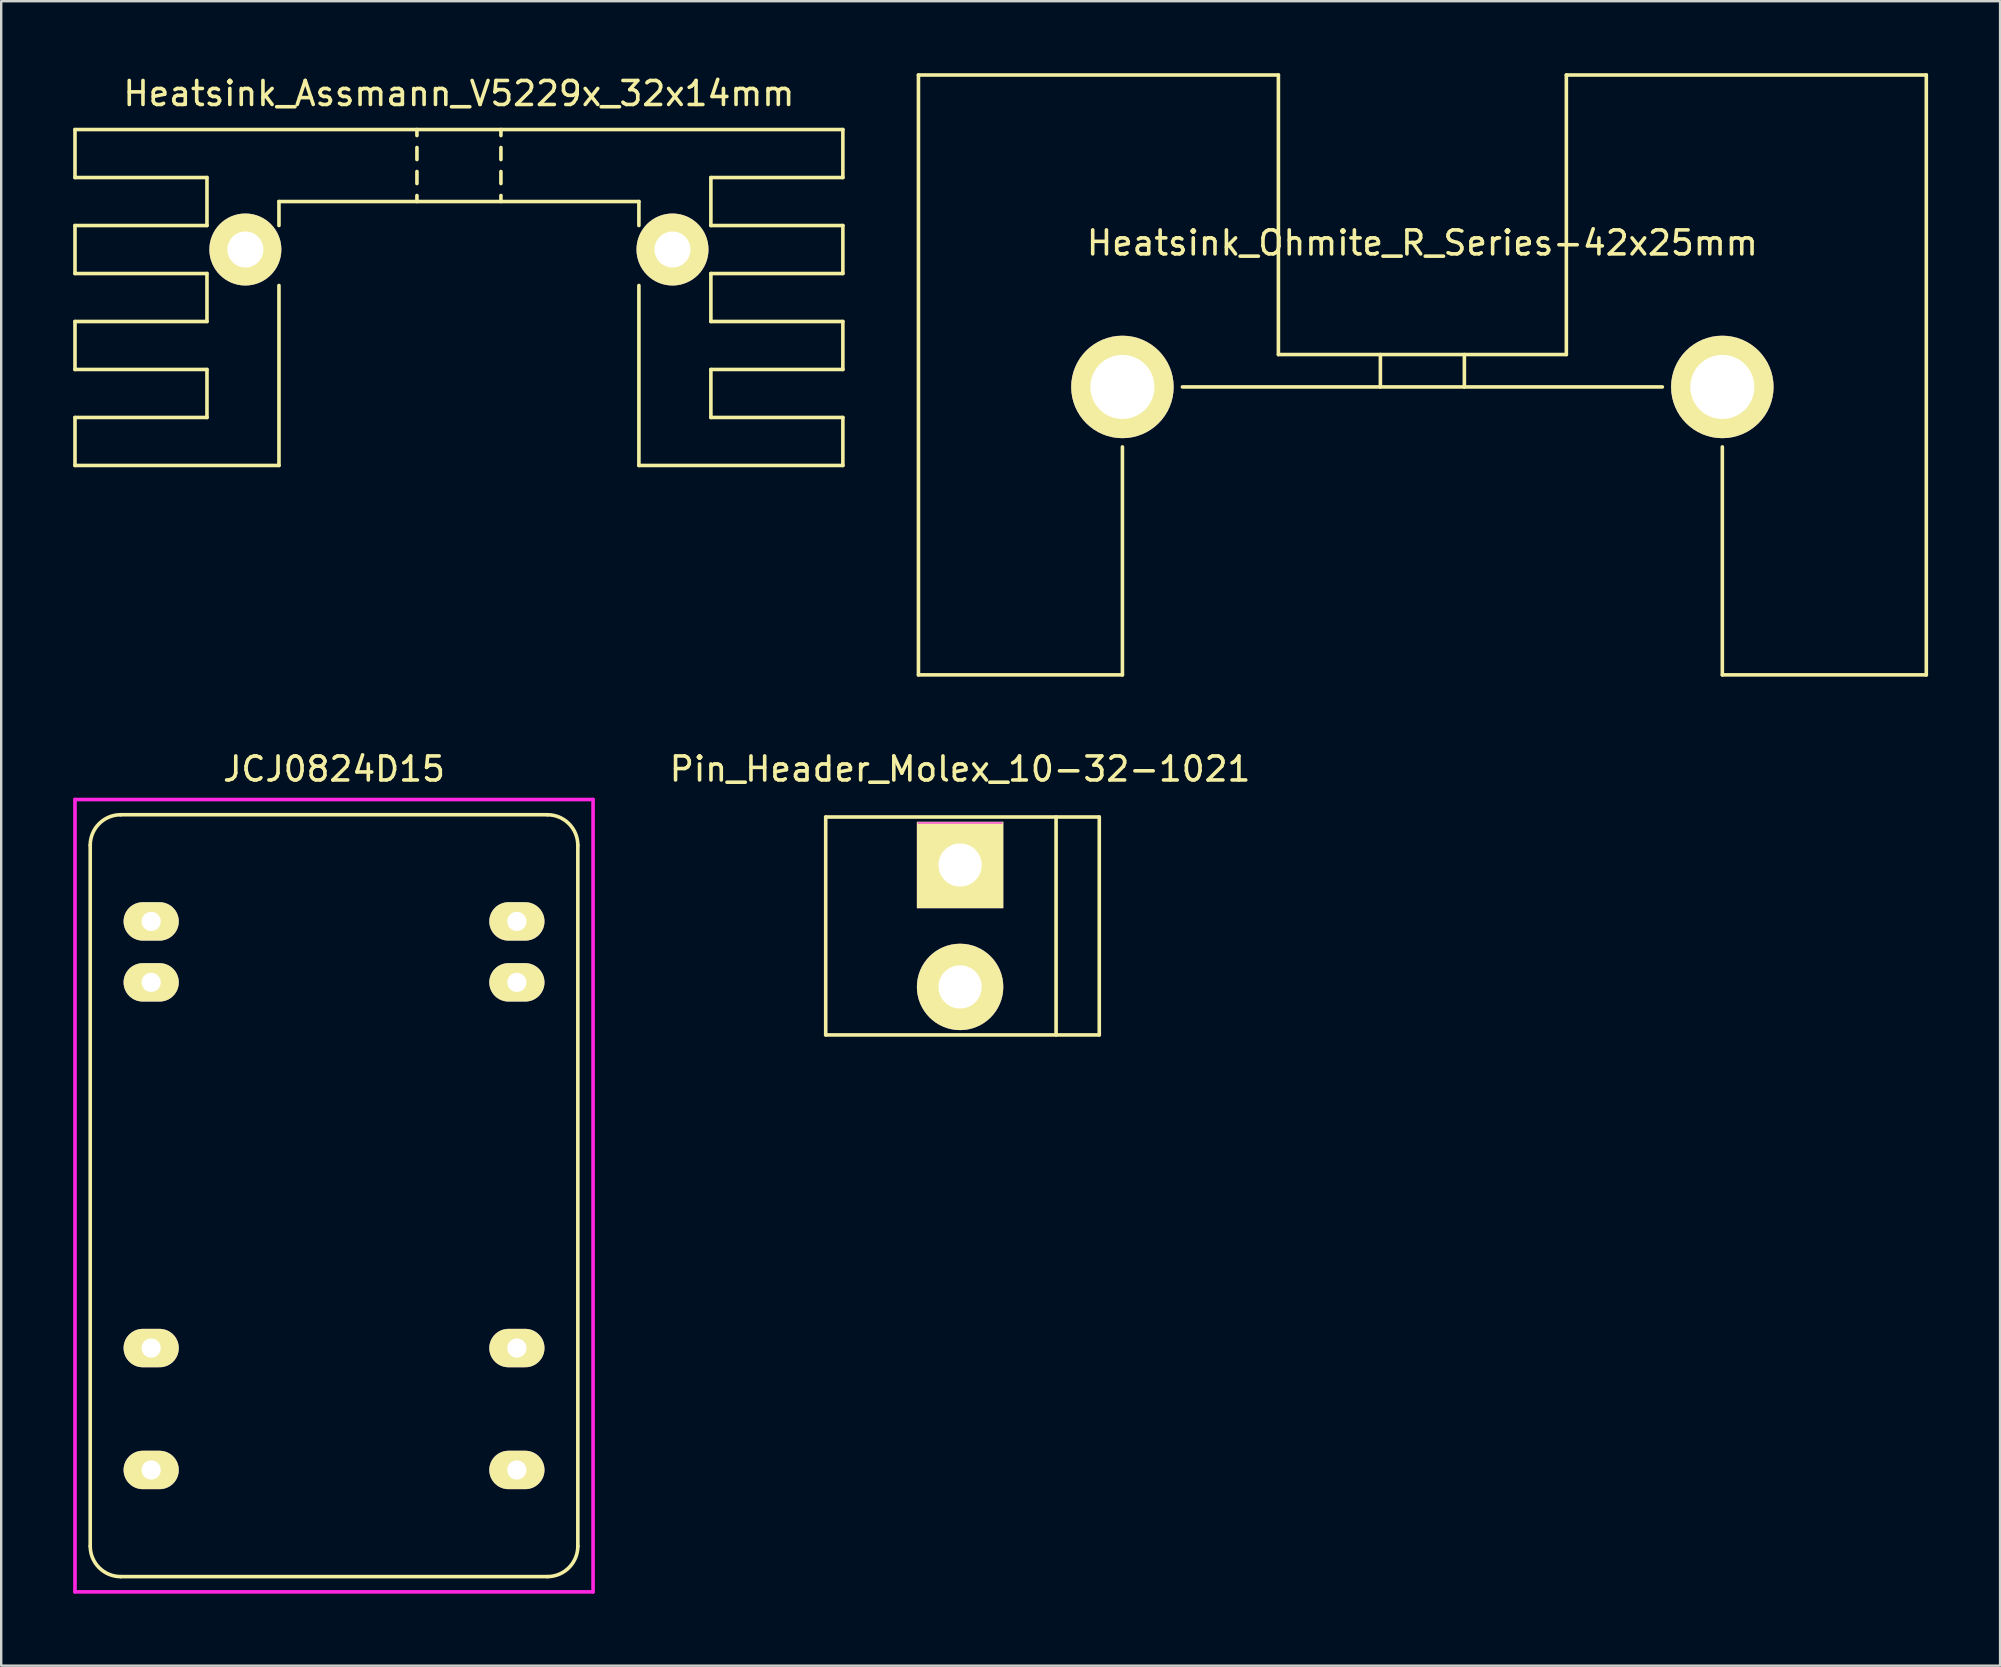
<source format=kicad_pcb>
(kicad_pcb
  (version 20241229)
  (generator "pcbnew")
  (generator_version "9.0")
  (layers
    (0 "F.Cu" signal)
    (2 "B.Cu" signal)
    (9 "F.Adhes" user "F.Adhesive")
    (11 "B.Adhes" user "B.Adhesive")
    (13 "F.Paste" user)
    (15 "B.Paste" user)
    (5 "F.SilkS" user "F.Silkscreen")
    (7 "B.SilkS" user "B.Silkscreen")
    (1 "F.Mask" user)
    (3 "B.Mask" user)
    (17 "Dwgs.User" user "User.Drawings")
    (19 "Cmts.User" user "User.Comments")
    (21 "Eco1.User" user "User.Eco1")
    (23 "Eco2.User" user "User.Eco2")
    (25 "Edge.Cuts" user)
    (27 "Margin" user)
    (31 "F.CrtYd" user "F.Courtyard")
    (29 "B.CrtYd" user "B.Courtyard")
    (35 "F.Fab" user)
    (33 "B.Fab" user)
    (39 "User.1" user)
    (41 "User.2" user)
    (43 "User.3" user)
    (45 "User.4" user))
  (footprint "JCJ0824D15"
    (layer "F.Cu")
    (at 10.87 45.508)
    (property "Reference" "JCJ0824D15" (at 0 -16.51 0) (layer "F.SilkS") (effects (font (size 1 1) (thickness 0.15))))
    (attr through_hole)
    (fp_line (start -10.16 -13.335) (end -10.16 15.875) (stroke (width 0.15) (type solid)) (layer "F.SilkS"))
    (fp_line (start -8.89 -14.605) (end 8.89 -14.605) (stroke (width 0.15) (type solid)) (layer "F.SilkS"))
    (fp_line (start -8.89 17.145) (end 8.89 17.145) (stroke (width 0.15) (type solid)) (layer "F.SilkS"))
    (fp_line (start 10.16 -13.335) (end 10.16 15.875) (stroke (width 0.15) (type solid)) (layer "F.SilkS"))
    (fp_arc (start -10.16 -13.335) (mid -9.788026 -14.233026) (end -8.89 -14.605) (stroke (width 0.15) (type solid)) (layer "F.SilkS"))
    (fp_arc (start -8.89 17.145) (mid -9.788026 16.773026) (end -10.16 15.875) (stroke (width 0.15) (type solid)) (layer "F.SilkS"))
    (fp_arc (start 8.89 -14.605) (mid 9.788026 -14.233026) (end 10.16 -13.335) (stroke (width 0.15) (type solid)) (layer "F.SilkS"))
    (fp_arc (start 10.16 15.875) (mid 9.788026 16.773026) (end 8.89 17.145) (stroke (width 0.15) (type solid)) (layer "F.SilkS"))
    (fp_line (start -10.795 -15.24) (end 10.795 -15.24) (stroke (width 0.15) (type solid)) (layer "F.CrtYd"))
    (fp_line (start -10.795 17.78) (end -10.795 -15.24) (stroke (width 0.15) (type solid)) (layer "F.CrtYd"))
    (fp_line (start 10.795 -15.24) (end 10.795 17.78) (stroke (width 0.15) (type solid)) (layer "F.CrtYd"))
    (fp_line (start 10.795 17.78) (end -10.795 17.78) (stroke (width 0.15) (type solid)) (layer "F.CrtYd"))
    (pad "2" thru_hole oval (at -7.62 -10.16) (size 2.3 1.6) (drill 0.8) (layers "*.Cu" "*.Mask" "F.SilkS"))
    (pad "3" thru_hole oval (at -7.62 -7.62) (size 2.3 1.6) (drill 0.8) (layers "*.Cu" "*.Mask" "F.SilkS"))
    (pad "9" thru_hole oval (at -7.62 7.62) (size 2.3 1.6) (drill 0.8) (layers "*.Cu" "*.Mask" "F.SilkS"))
    (pad "11" thru_hole oval (at -7.62 12.7) (size 2.3 1.6) (drill 0.8) (layers "*.Cu" "*.Mask" "F.SilkS"))
    (pad "14" thru_hole oval (at 7.62 12.7) (size 2.3 1.6) (drill 0.8) (layers "*.Cu" "*.Mask" "F.SilkS"))
    (pad "16" thru_hole oval (at 7.62 7.62) (size 2.3 1.6) (drill 0.8) (layers "*.Cu" "*.Mask" "F.SilkS"))
    (pad "22" thru_hole oval (at 7.62 -7.62) (size 2.3 1.6) (drill 0.8) (layers "*.Cu" "*.Mask" "F.SilkS"))
    (pad "23" thru_hole oval (at 7.62 -10.16) (size 2.3 1.6) (drill 0.8) (layers "*.Cu" "*.Mask" "F.SilkS")))
  (footprint "Pin_Header_Molex_10-32-1021"
    (layer "F.Cu")
    (at 36.96 32.998)
    (property "Reference" "Pin_Header_Molex_10-32-1021" (at 0 -4 0) (layer "F.SilkS") (effects (font (size 1 1) (thickness 0.15))))
    (attr through_hole)
    (fp_line (start -5.6 -2) (end 5.8 -2) (stroke (width 0.15) (type solid)) (layer "F.SilkS"))
    (fp_line (start -5.6 7.08) (end -5.6 -2) (stroke (width 0.15) (type solid)) (layer "F.SilkS"))
    (fp_line (start 4 -2) (end 4 7.08) (stroke (width 0.15) (type solid)) (layer "F.SilkS"))
    (fp_line (start 5.8 -2) (end 5.8 7.08) (stroke (width 0.15) (type solid)) (layer "F.SilkS"))
    (fp_line (start 5.8 7.08) (end -5.6 7.08) (stroke (width 0.15) (type solid)) (layer "F.SilkS"))
    (fp_line (start -1.75 -1.75) (end 1.75 -1.75) (stroke (width 0.05) (type solid)) (layer "F.CrtYd"))
    (pad "1" thru_hole rect (at 0 0) (size 3.6 3.6) (drill 1.8) (layers "*.Cu" "*.Mask" "F.SilkS"))
    (pad "2" thru_hole oval (at 0 5.08) (size 3.6 3.6) (drill 1.8) (layers "*.Cu" "*.Mask" "F.SilkS")))
  (footprint "Heatsink_Ohmite_R_Series-42x25mm"
    (layer "F.Cu")
    (at 56.225 13.075)
    (property "Reference" "Heatsink_Ohmite_R_Series-42x25mm" (at 0 -6 0) (layer "F.SilkS") (effects (font (size 1 1) (thickness 0.15))))
    (attr through_hole)
    (fp_line (start -21 -13) (end -6 -13) (stroke (width 0.15) (type solid)) (layer "F.SilkS"))
    (fp_line (start -21 12) (end -21 -13) (stroke (width 0.15) (type solid)) (layer "F.SilkS"))
    (fp_line (start -12.5 2.5) (end -12.5 12) (stroke (width 0.15) (type solid)) (layer "F.SilkS"))
    (fp_line (start -12.5 12) (end -21 12) (stroke (width 0.15) (type solid)) (layer "F.SilkS"))
    (fp_line (start -10 0) (end 10 0) (stroke (width 0.15) (type solid)) (layer "F.SilkS"))
    (fp_line (start -6 -1.35) (end -6 -13) (stroke (width 0.15) (type solid)) (layer "F.SilkS"))
    (fp_line (start -6 -1.35) (end 6 -1.35) (stroke (width 0.15) (type solid)) (layer "F.SilkS"))
    (fp_line (start -1.75 -1.35) (end -1.75 0) (stroke (width 0.15) (type solid)) (layer "F.SilkS"))
    (fp_line (start 1.75 -1.35) (end 1.75 0) (stroke (width 0.15) (type solid)) (layer "F.SilkS"))
    (fp_line (start 6 -13) (end 21 -13) (stroke (width 0.15) (type solid)) (layer "F.SilkS"))
    (fp_line (start 6 -1.35) (end 6 -13) (stroke (width 0.15) (type solid)) (layer "F.SilkS"))
    (fp_line (start 12.5 2.5) (end 12.5 12) (stroke (width 0.15) (type solid)) (layer "F.SilkS"))
    (fp_line (start 12.5 12) (end 21 12) (stroke (width 0.15) (type solid)) (layer "F.SilkS"))
    (fp_line (start 21 -13) (end 21 12) (stroke (width 0.15) (type solid)) (layer "F.SilkS"))
    (pad "1" thru_hole circle (at -12.5 0) (size 4.27 4.27) (drill 2.67) (layers "*.Cu" "*.Mask" "F.SilkS"))
    (pad "1" thru_hole circle (at 12.5 0) (size 4.27 4.27) (drill 2.67) (layers "*.Cu" "*.Mask" "F.SilkS")))
  (footprint "Heatsink_Assmann_V5229x_32x14mm"
    (layer "F.Cu")
    (at 16.075 7.348)
    (property "Reference" "Heatsink_Assmann_V5229x_32x14mm" (at 0 -6.5 0) (layer "F.SilkS") (effects (font (size 1 1) (thickness 0.15))))
    (attr through_hole)
    (fp_line (start -16 -5) (end -16 -3) (stroke (width 0.15) (type solid)) (layer "F.SilkS"))
    (fp_line (start -16 -5) (end 16 -5) (stroke (width 0.15) (type solid)) (layer "F.SilkS"))
    (fp_line (start -16 -3) (end -10.5 -3) (stroke (width 0.15) (type solid)) (layer "F.SilkS"))
    (fp_line (start -16 -1) (end -16 1) (stroke (width 0.15) (type solid)) (layer "F.SilkS"))
    (fp_line (start -16 1) (end -10.5 1) (stroke (width 0.15) (type solid)) (layer "F.SilkS"))
    (fp_line (start -16 3) (end -16 5) (stroke (width 0.15) (type solid)) (layer "F.SilkS"))
    (fp_line (start -16 5) (end -10.5 5) (stroke (width 0.15) (type solid)) (layer "F.SilkS"))
    (fp_line (start -16 7) (end -16 9) (stroke (width 0.15) (type solid)) (layer "F.SilkS"))
    (fp_line (start -16 9) (end -7.5 9) (stroke (width 0.15) (type solid)) (layer "F.SilkS"))
    (fp_line (start -10.5 -3) (end -10.5 -1) (stroke (width 0.15) (type solid)) (layer "F.SilkS"))
    (fp_line (start -10.5 -1) (end -16 -1) (stroke (width 0.15) (type solid)) (layer "F.SilkS"))
    (fp_line (start -10.5 1) (end -10.5 3) (stroke (width 0.15) (type solid)) (layer "F.SilkS"))
    (fp_line (start -10.5 3) (end -16 3) (stroke (width 0.15) (type solid)) (layer "F.SilkS"))
    (fp_line (start -10.5 5) (end -10.5 7) (stroke (width 0.15) (type solid)) (layer "F.SilkS"))
    (fp_line (start -10.5 7) (end -16 7) (stroke (width 0.15) (type solid)) (layer "F.SilkS"))
    (fp_line (start -7.5 -2) (end -7.5 -1) (stroke (width 0.15) (type solid)) (layer "F.SilkS"))
    (fp_line (start -7.5 -2) (end 7.5 -2) (stroke (width 0.15) (type solid)) (layer "F.SilkS"))
    (fp_line (start -7.5 1.5) (end -7.5 9) (stroke (width 0.15) (type solid)) (layer "F.SilkS"))
    (fp_line (start -1.75 -4.75) (end -1.75 -5) (stroke (width 0.15) (type solid)) (layer "F.SilkS"))
    (fp_line (start -1.75 -4.25) (end -1.75 -3.75) (stroke (width 0.15) (type solid)) (layer "F.SilkS"))
    (fp_line (start -1.75 -3.25) (end -1.75 -2.75) (stroke (width 0.15) (type solid)) (layer "F.SilkS"))
    (fp_line (start -1.75 -2.25) (end -1.75 -2) (stroke (width 0.15) (type solid)) (layer "F.SilkS"))
    (fp_line (start 1.75 -4.75) (end 1.75 -5) (stroke (width 0.15) (type solid)) (layer "F.SilkS"))
    (fp_line (start 1.75 -4.25) (end 1.75 -3.75) (stroke (width 0.15) (type solid)) (layer "F.SilkS"))
    (fp_line (start 1.75 -3.25) (end 1.75 -2.75) (stroke (width 0.15) (type solid)) (layer "F.SilkS"))
    (fp_line (start 1.75 -2.25) (end 1.75 -2) (stroke (width 0.15) (type solid)) (layer "F.SilkS"))
    (fp_line (start 7.5 -2) (end 7.5 -1) (stroke (width 0.15) (type solid)) (layer "F.SilkS"))
    (fp_line (start 7.5 9) (end 7.5 1.5) (stroke (width 0.15) (type solid)) (layer "F.SilkS"))
    (fp_line (start 10.5 -3) (end 10.5 -1) (stroke (width 0.15) (type solid)) (layer "F.SilkS"))
    (fp_line (start 10.5 -1) (end 16 -1) (stroke (width 0.15) (type solid)) (layer "F.SilkS"))
    (fp_line (start 10.5 1) (end 10.5 3) (stroke (width 0.15) (type solid)) (layer "F.SilkS"))
    (fp_line (start 10.5 3) (end 16 3) (stroke (width 0.15) (type solid)) (layer "F.SilkS"))
    (fp_line (start 10.5 5) (end 10.5 7) (stroke (width 0.15) (type solid)) (layer "F.SilkS"))
    (fp_line (start 10.5 7) (end 16 7) (stroke (width 0.15) (type solid)) (layer "F.SilkS"))
    (fp_line (start 16 -5) (end 16 -3) (stroke (width 0.15) (type solid)) (layer "F.SilkS"))
    (fp_line (start 16 -3) (end 10.5 -3) (stroke (width 0.15) (type solid)) (layer "F.SilkS"))
    (fp_line (start 16 -1) (end 16 1) (stroke (width 0.15) (type solid)) (layer "F.SilkS"))
    (fp_line (start 16 1) (end 10.5 1) (stroke (width 0.15) (type solid)) (layer "F.SilkS"))
    (fp_line (start 16 3) (end 16 5) (stroke (width 0.15) (type solid)) (layer "F.SilkS"))
    (fp_line (start 16 5) (end 10.5 5) (stroke (width 0.15) (type solid)) (layer "F.SilkS"))
    (fp_line (start 16 7) (end 16 9) (stroke (width 0.15) (type solid)) (layer "F.SilkS"))
    (fp_line (start 16 9) (end 7.5 9) (stroke (width 0.15) (type solid)) (layer "F.SilkS"))
    (pad "1" thru_hole circle (at -8.9 0) (size 3 3) (drill 1.5) (layers "*.Cu" "*.Mask" "F.SilkS"))
    (pad "1" thru_hole circle (at 8.9 0) (size 3 3) (drill 1.5) (layers "*.Cu" "*.Mask" "F.SilkS")))
  (gr_rect
    (start -3 -3)
    (end 80.3 66.363)
    (stroke (width 0.1) (type default))
    (fill no)
    (layer "Edge.Cuts")))
</source>
